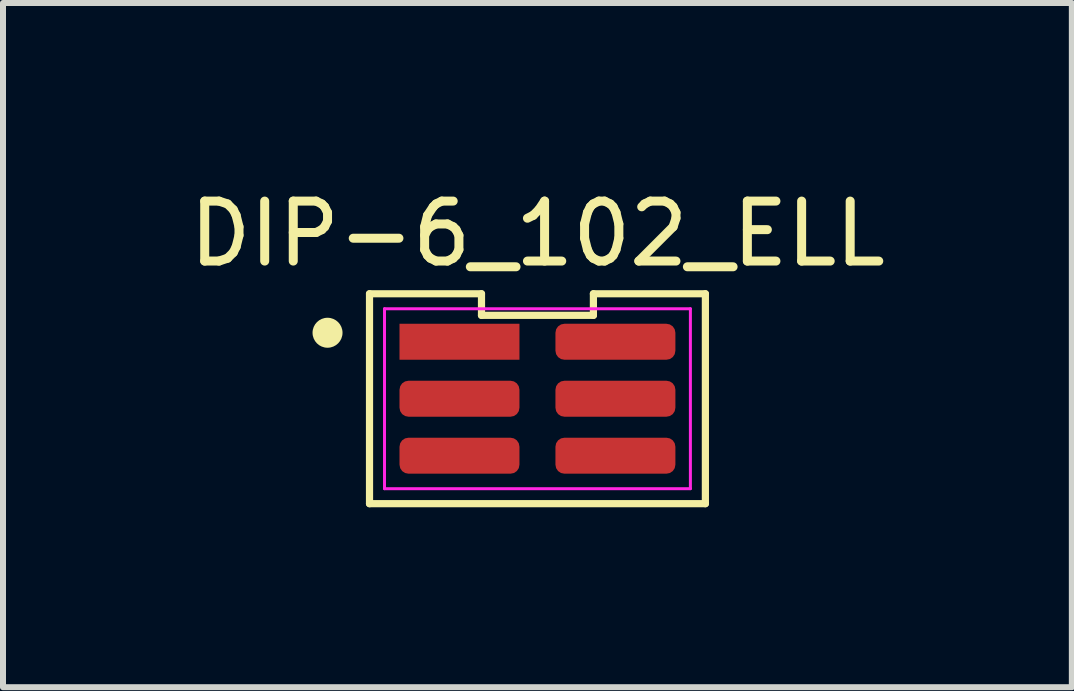
<source format=kicad_pcb>
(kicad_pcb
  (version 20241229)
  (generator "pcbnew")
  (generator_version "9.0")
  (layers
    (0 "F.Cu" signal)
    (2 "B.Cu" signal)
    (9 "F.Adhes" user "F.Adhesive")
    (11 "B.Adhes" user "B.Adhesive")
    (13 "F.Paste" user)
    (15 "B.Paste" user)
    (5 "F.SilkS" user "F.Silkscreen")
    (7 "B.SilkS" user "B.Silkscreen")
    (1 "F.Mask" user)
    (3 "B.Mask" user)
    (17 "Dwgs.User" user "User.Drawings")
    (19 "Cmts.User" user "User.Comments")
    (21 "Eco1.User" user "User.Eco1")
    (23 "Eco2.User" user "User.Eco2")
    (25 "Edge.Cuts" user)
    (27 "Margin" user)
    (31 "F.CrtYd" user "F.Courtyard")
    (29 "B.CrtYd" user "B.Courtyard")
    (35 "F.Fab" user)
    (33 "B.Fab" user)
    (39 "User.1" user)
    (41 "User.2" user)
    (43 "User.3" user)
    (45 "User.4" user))
  (footprint "DIP-6_102_ELL"
    (layer "F.Cu")
    (at 6.211 3.898)
    (property "Reference" "DIP-6_102_ELL" (at -0.3 -3.05 0) (layer "F.SilkS") (effects (font (size 1 1) (thickness 0.15))))
    (attr through_hole)
    (fp_line (start -3.1 -2.05) (end -3.1 1.45) (stroke (width 0.12) (type default)) (layer "F.SilkS"))
    (fp_line (start -3.1 1.45) (end 2.5 1.45) (stroke (width 0.12) (type default)) (layer "F.SilkS"))
    (fp_line (start -1.233 -2.05) (end -3.1 -2.05) (stroke (width 0.12) (type solid)) (layer "F.SilkS"))
    (fp_line (start -1.233 -1.69) (end -1.233 -2.05) (stroke (width 0.12) (type default)) (layer "F.SilkS"))
    (fp_line (start 0.633 -2.05) (end 0.633 -1.69) (stroke (width 0.12) (type default)) (layer "F.SilkS"))
    (fp_line (start 0.633 -1.69) (end -1.233 -1.69) (stroke (width 0.12) (type default)) (layer "F.SilkS"))
    (fp_line (start 2.5 -2.05) (end 0.633 -2.05) (stroke (width 0.12) (type default)) (layer "F.SilkS"))
    (fp_line (start 2.5 1.45) (end 2.5 -2.05) (stroke (width 0.12) (type default)) (layer "F.SilkS"))
    (fp_circle (center -3.8 -1.4) (end -3.6 -1.4) (stroke (width 0.1) (type solid)) (fill yes) (layer "F.SilkS"))
    (fp_line (start -2.85 -1.8) (end 2.25 -1.8) (stroke (width 0.05) (type default)) (layer "F.CrtYd"))
    (fp_line (start -2.85 1.2) (end -2.85 -1.8) (stroke (width 0.05) (type solid)) (layer "F.CrtYd"))
    (fp_line (start 2.25 -1.8) (end 2.25 1.2) (stroke (width 0.05) (type default)) (layer "F.CrtYd"))
    (fp_line (start 2.25 1.2) (end -2.85 1.2) (stroke (width 0.05) (type default)) (layer "F.CrtYd"))
    (pad "1" smd rect (at -1.6 -1.25 270) (size 0.6 2) (layers "F.Cu" "F.Mask" "F.Paste"))
    (pad "2" smd roundrect (at -1.6 -0.3 270) (size 0.6 2) (layers "F.Cu" "F.Mask" "F.Paste") (roundrect_rratio 0.25))
    (pad "3" smd roundrect (at -1.6 0.65 270) (size 0.6 2) (layers "F.Cu" "F.Mask" "F.Paste") (roundrect_rratio 0.25))
    (pad "4" smd roundrect (at 1 0.65 270) (size 0.6 2) (layers "F.Cu" "F.Mask" "F.Paste") (roundrect_rratio 0.25))
    (pad "5" smd roundrect (at 1 -0.3 270) (size 0.6 2) (layers "F.Cu" "F.Mask" "F.Paste") (roundrect_rratio 0.25))
    (pad "6" smd roundrect (at 1 -1.25 270) (size 0.6 2) (layers "F.Cu" "F.Mask" "F.Paste") (roundrect_rratio 0.25)))
  (gr_rect
    (start -3 -3)
    (end 14.821 8.408)
    (stroke (width 0.1) (type default))
    (fill no)
    (layer "Edge.Cuts")))
</source>
